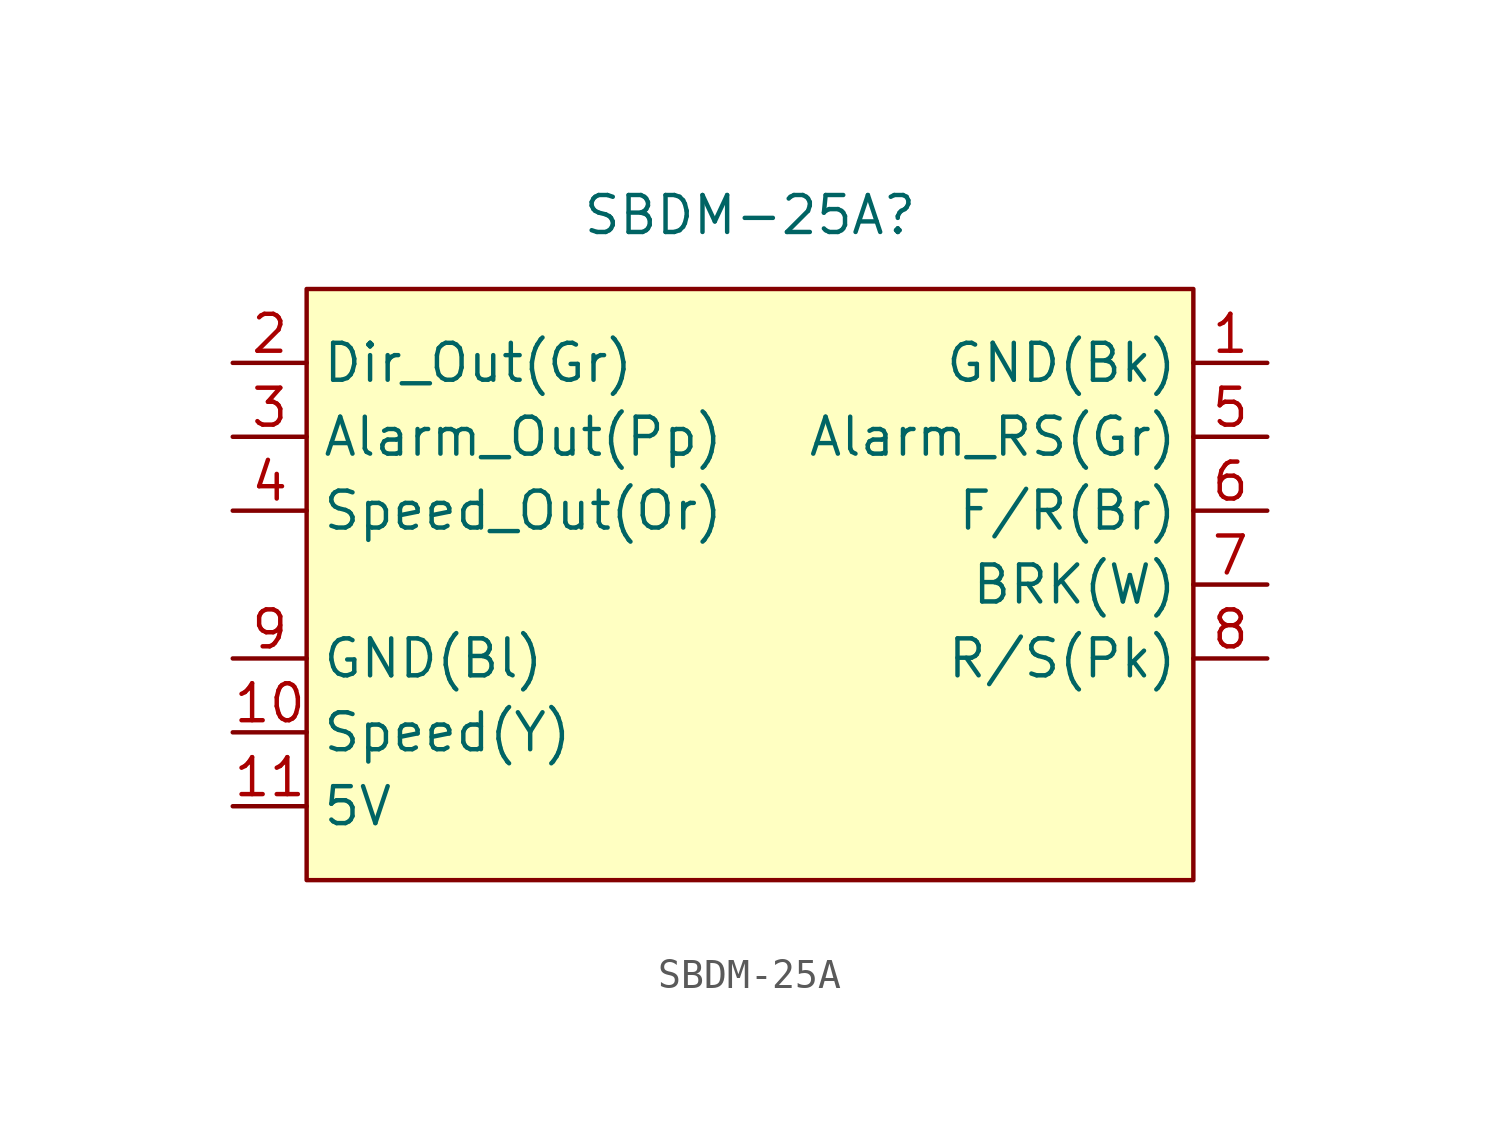
<source format=kicad_sym>
(kicad_symbol_lib
  (version 20220914)
  (generator kicad_symbol_editor)
  (symbol "SBDM-25A"
    (property "Reference" "SBDM-25A"
      (at 15.24 26.67 0)
      (effects (font (size 1.27 1.27))))
    (property "Value" ""
      (at 17.78 22.86 0)
      (effects (font (size 1.27 1.27))))
    (symbol "SBDM-25A_1_1"
      (rectangle (start 0 24.13) (end 30.48 3.81) (stroke (width 0) (type default)) (fill (type background)))
      (pin power_in line (at 33.02 21.59 180) (length 2.54) (name "GND(Bk)" (effects (font (size 1.27 1.27)))) (number "1" (effects (font (size 1.27 1.27)))))
      (pin output line (at -2.54 8.89 0) (length 2.54) (name "Speed(Y)" (effects (font (size 1.27 1.27)))) (number "10" (effects (font (size 1.27 1.27)))))
      (pin output line (at -2.54 6.35 0) (length 2.54) (name "5V" (effects (font (size 1.27 1.27)))) (number "11" (effects (font (size 1.27 1.27)))))
      (pin output line (at -2.54 21.59 0) (length 2.54) (name "Dir_Out(Gr)" (effects (font (size 1.27 1.27)))) (number "2" (effects (font (size 1.27 1.27)))))
      (pin output line (at -2.54 19.05 0) (length 2.54) (name "Alarm_Out(Pp)" (effects (font (size 1.27 1.27)))) (number "3" (effects (font (size 1.27 1.27)))))
      (pin output line (at -2.54 16.51 0) (length 2.54) (name "Speed_Out(Or)" (effects (font (size 1.27 1.27)))) (number "4" (effects (font (size 1.27 1.27)))))
      (pin input line (at 33.02 19.05 180) (length 2.54) (name "Alarm_RS(Gr)" (effects (font (size 1.27 1.27)))) (number "5" (effects (font (size 1.27 1.27)))))
      (pin input line (at 33.02 16.51 180) (length 2.54) (name "F/R(Br)" (effects (font (size 1.27 1.27)))) (number "6" (effects (font (size 1.27 1.27)))))
      (pin input line (at 33.02 13.97 180) (length 2.54) (name "BRK(W)" (effects (font (size 1.27 1.27)))) (number "7" (effects (font (size 1.27 1.27)))))
      (pin output line (at 33.02 11.43 180) (length 2.54) (name "R/S(Pk)" (effects (font (size 1.27 1.27)))) (number "8" (effects (font (size 1.27 1.27)))))
      (pin output line (at -2.54 11.43 0) (length 2.54) (name "GND(Bl)" (effects (font (size 1.27 1.27)))) (number "9" (effects (font (size 1.27 1.27))))))))
</source>
